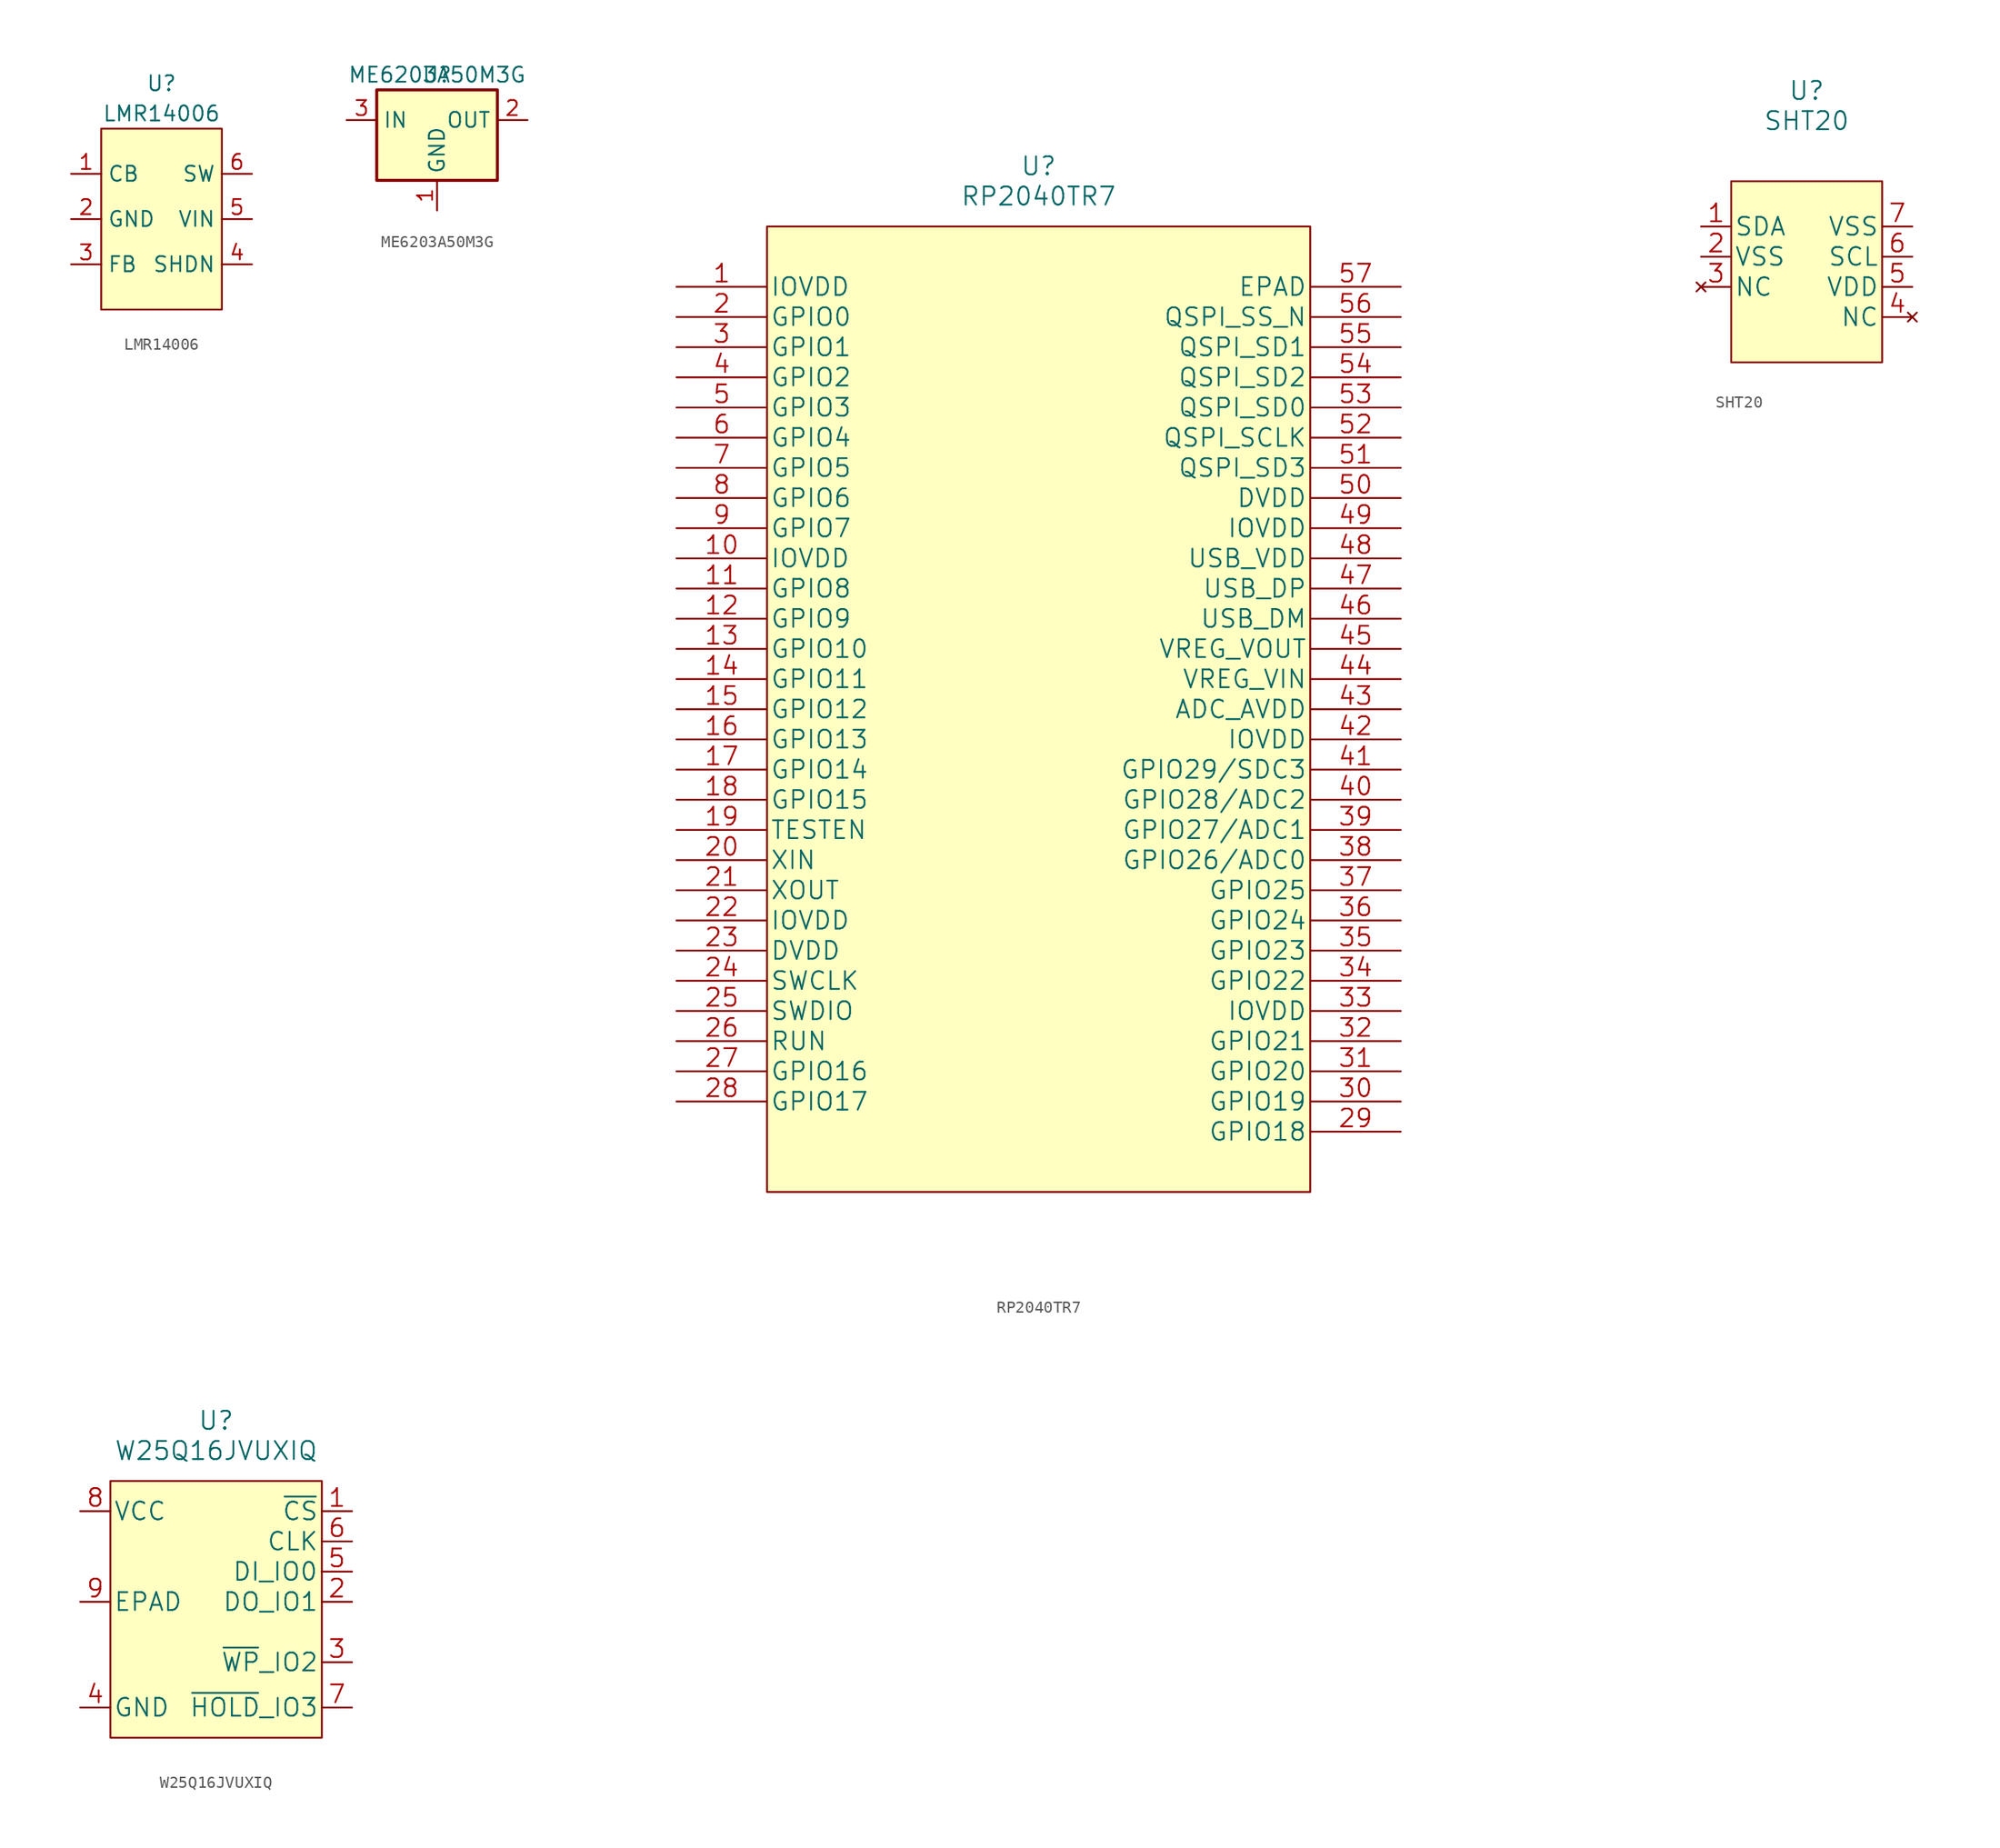
<source format=kicad_sym>
(kicad_symbol_lib
  (version 20211014)
  (generator kicad_symbol_editor)
  (symbol "LMR14006"
    (property "Reference" "U"
      (at 0 11.43 0)
      (effects (font (size 1.27 1.27))))
    (property "Value" "LMR14006"
      (at 0 8.89 0)
      (effects (font (size 1.27 1.27))))
    (symbol "LMR14006_0_1"
      (rectangle (start -5.08 7.62) (end 5.08 -7.62) (stroke (width 0) (type default) (color 0 0 0 0)) (fill (type background))))
    (symbol "LMR14006_1_1"
      (pin input line (at -7.62 3.81 0) (length 2.54) (name "CB" (effects (font (size 1.27 1.27)))) (number "1" (effects (font (size 1.27 1.27)))))
      (pin input line (at -7.62 0 0) (length 2.54) (name "GND" (effects (font (size 1.27 1.27)))) (number "2" (effects (font (size 1.27 1.27)))))
      (pin input line (at -7.62 -3.81 0) (length 2.54) (name "FB" (effects (font (size 1.27 1.27)))) (number "3" (effects (font (size 1.27 1.27)))))
      (pin input line (at 7.62 -3.81 180) (length 2.54) (name "SHDN" (effects (font (size 1.27 1.27)))) (number "4" (effects (font (size 1.27 1.27)))))
      (pin input line (at 7.62 0 180) (length 2.54) (name "VIN" (effects (font (size 1.27 1.27)))) (number "5" (effects (font (size 1.27 1.27)))))
      (pin input line (at 7.62 3.81 180) (length 2.54) (name "SW" (effects (font (size 1.27 1.27)))) (number "6" (effects (font (size 1.27 1.27)))))))
  (symbol "ME6203A50M3G"
    (property "Reference" "U"
      (at 0 5.08 0)
      (effects (font (size 1.27 1.27))))
    (property "Value" "ME6203A50M3G"
      (at 0 5.08 0)
      (effects (font (size 1.27 1.27))))
    (symbol "ME6203A50M3G_1_1"
      (rectangle (start -5.08 3.81) (end 5.08 -3.81) (stroke (width 0.254) (type default) (color 0 0 0 0)) (fill (type background)))
      (pin power_in line (at 0 -6.35 90) (length 2.54) (name "GND" (effects (font (size 1.27 1.27)))) (number "1" (effects (font (size 1.27 1.27)))))
      (pin power_out line (at 7.62 1.27 180) (length 2.54) (name "OUT" (effects (font (size 1.27 1.27)))) (number "2" (effects (font (size 1.27 1.27)))))
      (pin power_in line (at -7.62 1.27 0) (length 2.54) (name "IN" (effects (font (size 1.27 1.27)))) (number "3" (effects (font (size 1.27 1.27)))))))
  (symbol "RP2040TR7"
    (pin_names
      (offset 0.254))
    (property "Reference" "U"
      (at 0 44.45 0)
      (effects (font (size 1.524 1.524))))
    (property "Value" "RP2040TR7"
      (at 0 41.91 0)
      (effects (font (size 1.524 1.524))))
    (property "Datasheet" ""
      (at -30.48 34.29 0)
      (effects (font (size 1.524 1.524))))
    (property "ki_locked" ""
      (at 0 0 0)
      (effects (font (size 1.27 1.27))))
    (symbol "RP2040TR7_1_1"
      (rectangle (start -22.86 39.37) (end 22.86 -41.91) (stroke (width 0) (type default) (color 0 0 0 0)) (fill (type background)))
      (pin power_in line (at -30.48 34.29 0) (length 7.62) (name "IOVDD" (effects (font (size 1.499 1.499)))) (number "1" (effects (font (size 1.499 1.499)))))
      (pin power_in line (at -30.48 11.43 0) (length 7.62) (name "IOVDD" (effects (font (size 1.499 1.499)))) (number "10" (effects (font (size 1.499 1.499)))))
      (pin bidirectional line (at -30.48 8.89 0) (length 7.62) (name "GPIO8" (effects (font (size 1.499 1.499)))) (number "11" (effects (font (size 1.499 1.499)))))
      (pin bidirectional line (at -30.48 6.35 0) (length 7.62) (name "GPIO9" (effects (font (size 1.499 1.499)))) (number "12" (effects (font (size 1.499 1.499)))))
      (pin bidirectional line (at -30.48 3.81 0) (length 7.62) (name "GPIO10" (effects (font (size 1.499 1.499)))) (number "13" (effects (font (size 1.499 1.499)))))
      (pin bidirectional line (at -30.48 1.27 0) (length 7.62) (name "GPIO11" (effects (font (size 1.499 1.499)))) (number "14" (effects (font (size 1.499 1.499)))))
      (pin bidirectional line (at -30.48 -1.27 0) (length 7.62) (name "GPIO12" (effects (font (size 1.499 1.499)))) (number "15" (effects (font (size 1.499 1.499)))))
      (pin bidirectional line (at -30.48 -3.81 0) (length 7.62) (name "GPIO13" (effects (font (size 1.499 1.499)))) (number "16" (effects (font (size 1.499 1.499)))))
      (pin bidirectional line (at -30.48 -6.35 0) (length 7.62) (name "GPIO14" (effects (font (size 1.499 1.499)))) (number "17" (effects (font (size 1.499 1.499)))))
      (pin bidirectional line (at -30.48 -8.89 0) (length 7.62) (name "GPIO15" (effects (font (size 1.499 1.499)))) (number "18" (effects (font (size 1.499 1.499)))))
      (pin power_in line (at -30.48 -11.43 0) (length 7.62) (name "TESTEN" (effects (font (size 1.499 1.499)))) (number "19" (effects (font (size 1.499 1.499)))))
      (pin bidirectional line (at -30.48 31.75 0) (length 7.62) (name "GPIO0" (effects (font (size 1.499 1.499)))) (number "2" (effects (font (size 1.499 1.499)))))
      (pin input line (at -30.48 -13.97 0) (length 7.62) (name "XIN" (effects (font (size 1.499 1.499)))) (number "20" (effects (font (size 1.499 1.499)))))
      (pin output line (at -30.48 -16.51 0) (length 7.62) (name "XOUT" (effects (font (size 1.499 1.499)))) (number "21" (effects (font (size 1.499 1.499)))))
      (pin power_in line (at -30.48 -19.05 0) (length 7.62) (name "IOVDD" (effects (font (size 1.499 1.499)))) (number "22" (effects (font (size 1.499 1.499)))))
      (pin power_in line (at -30.48 -21.59 0) (length 7.62) (name "DVDD" (effects (font (size 1.499 1.499)))) (number "23" (effects (font (size 1.499 1.499)))))
      (pin unspecified line (at -30.48 -24.13 0) (length 7.62) (name "SWCLK" (effects (font (size 1.499 1.499)))) (number "24" (effects (font (size 1.499 1.499)))))
      (pin bidirectional line (at -30.48 -26.67 0) (length 7.62) (name "SWDIO" (effects (font (size 1.499 1.499)))) (number "25" (effects (font (size 1.499 1.499)))))
      (pin unspecified line (at -30.48 -29.21 0) (length 7.62) (name "RUN" (effects (font (size 1.499 1.499)))) (number "26" (effects (font (size 1.499 1.499)))))
      (pin bidirectional line (at -30.48 -31.75 0) (length 7.62) (name "GPIO16" (effects (font (size 1.499 1.499)))) (number "27" (effects (font (size 1.499 1.499)))))
      (pin bidirectional line (at -30.48 -34.29 0) (length 7.62) (name "GPIO17" (effects (font (size 1.499 1.499)))) (number "28" (effects (font (size 1.499 1.499)))))
      (pin bidirectional line (at 30.48 -36.83 180) (length 7.62) (name "GPIO18" (effects (font (size 1.499 1.499)))) (number "29" (effects (font (size 1.499 1.499)))))
      (pin bidirectional line (at -30.48 29.21 0) (length 7.62) (name "GPIO1" (effects (font (size 1.499 1.499)))) (number "3" (effects (font (size 1.499 1.499)))))
      (pin bidirectional line (at 30.48 -34.29 180) (length 7.62) (name "GPIO19" (effects (font (size 1.499 1.499)))) (number "30" (effects (font (size 1.499 1.499)))))
      (pin bidirectional line (at 30.48 -31.75 180) (length 7.62) (name "GPIO20" (effects (font (size 1.499 1.499)))) (number "31" (effects (font (size 1.499 1.499)))))
      (pin bidirectional line (at 30.48 -29.21 180) (length 7.62) (name "GPIO21" (effects (font (size 1.499 1.499)))) (number "32" (effects (font (size 1.499 1.499)))))
      (pin power_in line (at 30.48 -26.67 180) (length 7.62) (name "IOVDD" (effects (font (size 1.499 1.499)))) (number "33" (effects (font (size 1.499 1.499)))))
      (pin bidirectional line (at 30.48 -24.13 180) (length 7.62) (name "GPIO22" (effects (font (size 1.499 1.499)))) (number "34" (effects (font (size 1.499 1.499)))))
      (pin bidirectional line (at 30.48 -21.59 180) (length 7.62) (name "GPIO23" (effects (font (size 1.499 1.499)))) (number "35" (effects (font (size 1.499 1.499)))))
      (pin bidirectional line (at 30.48 -19.05 180) (length 7.62) (name "GPIO24" (effects (font (size 1.499 1.499)))) (number "36" (effects (font (size 1.499 1.499)))))
      (pin bidirectional line (at 30.48 -16.51 180) (length 7.62) (name "GPIO25" (effects (font (size 1.499 1.499)))) (number "37" (effects (font (size 1.499 1.499)))))
      (pin bidirectional line (at 30.48 -13.97 180) (length 7.62) (name "GPIO26/ADC0" (effects (font (size 1.499 1.499)))) (number "38" (effects (font (size 1.499 1.499)))))
      (pin bidirectional line (at 30.48 -11.43 180) (length 7.62) (name "GPIO27/ADC1" (effects (font (size 1.499 1.499)))) (number "39" (effects (font (size 1.499 1.499)))))
      (pin bidirectional line (at -30.48 26.67 0) (length 7.62) (name "GPIO2" (effects (font (size 1.499 1.499)))) (number "4" (effects (font (size 1.499 1.499)))))
      (pin bidirectional line (at 30.48 -8.89 180) (length 7.62) (name "GPIO28/ADC2" (effects (font (size 1.499 1.499)))) (number "40" (effects (font (size 1.499 1.499)))))
      (pin bidirectional line (at 30.48 -6.35 180) (length 7.62) (name "GPIO29/SDC3" (effects (font (size 1.499 1.499)))) (number "41" (effects (font (size 1.499 1.499)))))
      (pin power_in line (at 30.48 -3.81 180) (length 7.62) (name "IOVDD" (effects (font (size 1.499 1.499)))) (number "42" (effects (font (size 1.499 1.499)))))
      (pin power_in line (at 30.48 -1.27 180) (length 7.62) (name "ADC_AVDD" (effects (font (size 1.499 1.499)))) (number "43" (effects (font (size 1.499 1.499)))))
      (pin power_in line (at 30.48 1.27 180) (length 7.62) (name "VREG_VIN" (effects (font (size 1.499 1.499)))) (number "44" (effects (font (size 1.499 1.499)))))
      (pin power_in line (at 30.48 3.81 180) (length 7.62) (name "VREG_VOUT" (effects (font (size 1.499 1.499)))) (number "45" (effects (font (size 1.499 1.499)))))
      (pin unspecified line (at 30.48 6.35 180) (length 7.62) (name "USB_DM" (effects (font (size 1.499 1.499)))) (number "46" (effects (font (size 1.499 1.499)))))
      (pin unspecified line (at 30.48 8.89 180) (length 7.62) (name "USB_DP" (effects (font (size 1.499 1.499)))) (number "47" (effects (font (size 1.499 1.499)))))
      (pin power_in line (at 30.48 11.43 180) (length 7.62) (name "USB_VDD" (effects (font (size 1.499 1.499)))) (number "48" (effects (font (size 1.499 1.499)))))
      (pin power_in line (at 30.48 13.97 180) (length 7.62) (name "IOVDD" (effects (font (size 1.499 1.499)))) (number "49" (effects (font (size 1.499 1.499)))))
      (pin bidirectional line (at -30.48 24.13 0) (length 7.62) (name "GPIO3" (effects (font (size 1.499 1.499)))) (number "5" (effects (font (size 1.499 1.499)))))
      (pin power_in line (at 30.48 16.51 180) (length 7.62) (name "DVDD" (effects (font (size 1.499 1.499)))) (number "50" (effects (font (size 1.499 1.499)))))
      (pin bidirectional line (at 30.48 19.05 180) (length 7.62) (name "QSPI_SD3" (effects (font (size 1.499 1.499)))) (number "51" (effects (font (size 1.499 1.499)))))
      (pin bidirectional line (at 30.48 21.59 180) (length 7.62) (name "QSPI_SCLK" (effects (font (size 1.499 1.499)))) (number "52" (effects (font (size 1.499 1.499)))))
      (pin bidirectional line (at 30.48 24.13 180) (length 7.62) (name "QSPI_SD0" (effects (font (size 1.499 1.499)))) (number "53" (effects (font (size 1.499 1.499)))))
      (pin bidirectional line (at 30.48 26.67 180) (length 7.62) (name "QSPI_SD2" (effects (font (size 1.499 1.499)))) (number "54" (effects (font (size 1.499 1.499)))))
      (pin bidirectional line (at 30.48 29.21 180) (length 7.62) (name "QSPI_SD1" (effects (font (size 1.499 1.499)))) (number "55" (effects (font (size 1.499 1.499)))))
      (pin bidirectional line (at 30.48 31.75 180) (length 7.62) (name "QSPI_SS_N" (effects (font (size 1.499 1.499)))) (number "56" (effects (font (size 1.499 1.499)))))
      (pin power_in line (at 30.48 34.29 180) (length 7.62) (name "EPAD" (effects (font (size 1.499 1.499)))) (number "57" (effects (font (size 1.499 1.499)))))
      (pin bidirectional line (at -30.48 21.59 0) (length 7.62) (name "GPIO4" (effects (font (size 1.499 1.499)))) (number "6" (effects (font (size 1.499 1.499)))))
      (pin bidirectional line (at -30.48 19.05 0) (length 7.62) (name "GPIO5" (effects (font (size 1.499 1.499)))) (number "7" (effects (font (size 1.499 1.499)))))
      (pin bidirectional line (at -30.48 16.51 0) (length 7.62) (name "GPIO6" (effects (font (size 1.499 1.499)))) (number "8" (effects (font (size 1.499 1.499)))))
      (pin bidirectional line (at -30.48 13.97 0) (length 7.62) (name "GPIO7" (effects (font (size 1.499 1.499)))) (number "9" (effects (font (size 1.499 1.499)))))))
  (symbol "SHT20"
    (pin_names
      (offset 0.254))
    (property "Reference" "U"
      (at 0 13.97 0)
      (effects (font (size 1.524 1.524))))
    (property "Value" "SHT20"
      (at 0 11.43 0)
      (effects (font (size 1.524 1.524))))
    (property "Datasheet" ""
      (at -20.32 3.81 0)
      (effects (font (size 1.524 1.524))))
    (property "ki_locked" ""
      (at 0 0 0)
      (effects (font (size 1.27 1.27))))
    (symbol "SHT20_1_1"
      (rectangle (start -6.35 6.35) (end 6.35 -8.89) (stroke (width 0) (type default) (color 0 0 0 0)) (fill (type background)))
      (pin unspecified line (at -8.89 2.54 0) (length 2.54) (name "SDA" (effects (font (size 1.499 1.499)))) (number "1" (effects (font (size 1.499 1.499)))))
      (pin power_in line (at -8.89 0 0) (length 2.54) (name "VSS" (effects (font (size 1.499 1.499)))) (number "2" (effects (font (size 1.499 1.499)))))
      (pin no_connect line (at -8.89 -2.54 0) (length 2.54) (name "NC" (effects (font (size 1.499 1.499)))) (number "3" (effects (font (size 1.499 1.499)))))
      (pin no_connect line (at 8.89 -5.08 180) (length 2.54) (name "NC" (effects (font (size 1.499 1.499)))) (number "4" (effects (font (size 1.499 1.499)))))
      (pin power_in line (at 8.89 -2.54 180) (length 2.54) (name "VDD" (effects (font (size 1.499 1.499)))) (number "5" (effects (font (size 1.499 1.499)))))
      (pin unspecified line (at 8.89 0 180) (length 2.54) (name "SCL" (effects (font (size 1.499 1.499)))) (number "6" (effects (font (size 1.499 1.499)))))
      (pin power_in line (at 8.89 2.54 180) (length 2.54) (name "VSS" (effects (font (size 1.499 1.499)))) (number "7" (effects (font (size 1.499 1.499)))))))
  (symbol "W25Q16JVUXIQ"
    (pin_names
      (offset 0.254))
    (property "Reference" "U"
      (at 0 15.24 0)
      (effects (font (size 1.524 1.524))))
    (property "Value" "W25Q16JVUXIQ"
      (at 0 12.7 0)
      (effects (font (size 1.524 1.524))))
    (property "Datasheet" ""
      (at 0 0 0)
      (effects (font (size 1.524 1.524))))
    (symbol "W25Q16JVUXIQ_1_1"
      (rectangle (start -8.89 10.16) (end 8.89 -11.43) (stroke (width 0) (type default) (color 0 0 0 0)) (fill (type background)))
      (pin unspecified line (at 11.43 7.62 180) (length 2.54) (name "~{CS}" (effects (font (size 1.499 1.499)))) (number "1" (effects (font (size 1.499 1.499)))))
      (pin unspecified line (at 11.43 0 180) (length 2.54) (name "DO_IO1" (effects (font (size 1.499 1.499)))) (number "2" (effects (font (size 1.499 1.499)))))
      (pin unspecified line (at 11.43 -5.08 180) (length 2.54) (name "~{WP}_IO2" (effects (font (size 1.499 1.499)))) (number "3" (effects (font (size 1.499 1.499)))))
      (pin unspecified line (at -11.43 -8.89 0) (length 2.54) (name "GND" (effects (font (size 1.499 1.499)))) (number "4" (effects (font (size 1.499 1.499)))))
      (pin unspecified line (at 11.43 2.54 180) (length 2.57) (name "DI_IO0" (effects (font (size 1.499 1.499)))) (number "5" (effects (font (size 1.499 1.499)))))
      (pin unspecified line (at 11.43 5.08 180) (length 2.54) (name "CLK" (effects (font (size 1.499 1.499)))) (number "6" (effects (font (size 1.499 1.499)))))
      (pin unspecified line (at 11.43 -8.89 180) (length 2.54) (name "~{HOLD}_IO3" (effects (font (size 1.499 1.499)))) (number "7" (effects (font (size 1.499 1.499)))))
      (pin unspecified line (at -11.43 7.62 0) (length 2.54) (name "VCC" (effects (font (size 1.499 1.499)))) (number "8" (effects (font (size 1.499 1.499)))))
      (pin unspecified line (at -11.43 0 0) (length 2.54) (name "EPAD" (effects (font (size 1.499 1.499)))) (number "9" (effects (font (size 1.499 1.499))))))))
</source>
